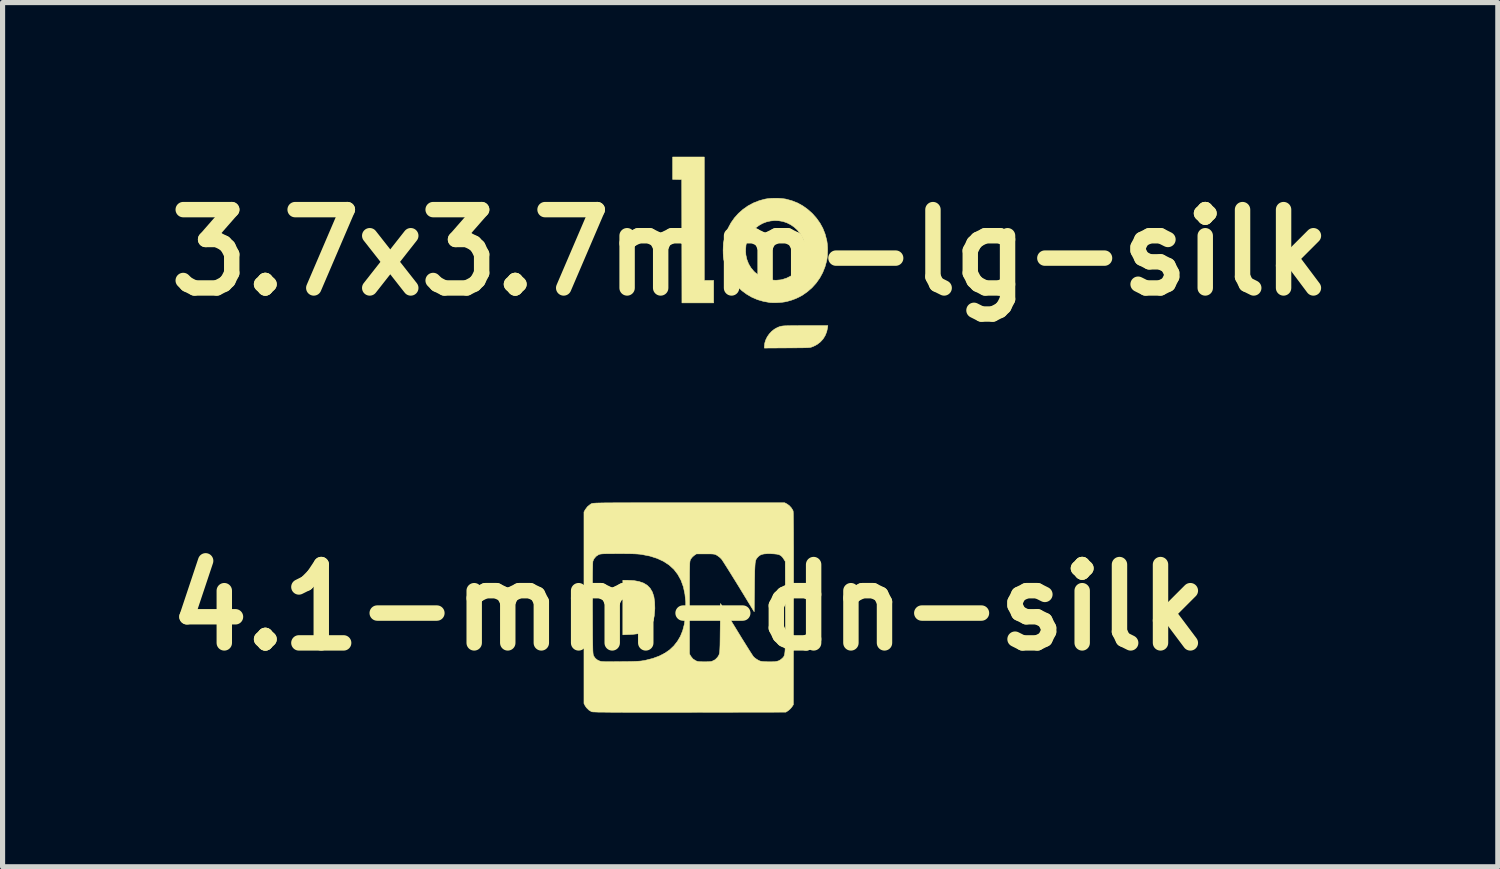
<source format=kicad_pcb>
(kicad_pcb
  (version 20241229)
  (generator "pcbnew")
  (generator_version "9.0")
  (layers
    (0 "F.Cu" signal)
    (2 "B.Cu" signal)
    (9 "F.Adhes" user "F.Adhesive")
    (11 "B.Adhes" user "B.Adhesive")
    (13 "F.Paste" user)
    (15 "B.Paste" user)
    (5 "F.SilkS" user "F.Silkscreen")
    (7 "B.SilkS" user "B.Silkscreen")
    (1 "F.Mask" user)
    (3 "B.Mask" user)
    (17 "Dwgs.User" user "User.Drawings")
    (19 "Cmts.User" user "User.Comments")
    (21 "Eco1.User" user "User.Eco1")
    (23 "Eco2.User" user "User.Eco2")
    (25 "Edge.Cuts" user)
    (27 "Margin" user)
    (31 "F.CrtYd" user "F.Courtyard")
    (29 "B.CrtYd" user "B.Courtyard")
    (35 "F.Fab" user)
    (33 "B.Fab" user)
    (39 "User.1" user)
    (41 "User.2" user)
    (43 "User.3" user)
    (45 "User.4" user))
  (footprint "4.1-mm-dn-silk"
    (layer "F.Cu")
    (at 10.349 8.769)
    (property "Reference" "4.1-mm-dn-silk" (at 0 0 0) (layer "F.SilkS") (effects (font (size 1.524 1.524) (thickness 0.3))))
    (attr through_hole)
    (fp_poly (pts (xy -1.188 -0.529) (xy -1.068 -0.523) (xy -0.964 -0.504) (xy -0.877 -0.474) (xy -0.805 -0.43) (xy -0.749 -0.372) (xy -0.706 -0.299) (xy -0.677 -0.211) (xy -0.662 -0.106) (xy -0.658 0.015) (xy -0.66 0.053) (xy -0.67 0.166) (xy -0.69 0.261) (xy -0.722 0.339) (xy -0.766 0.402) (xy -0.824 0.451) (xy -0.897 0.487) (xy -0.987 0.511) (xy -1.094 0.524) (xy -1.14 0.526) (xy -1.281 0.532) (xy -1.281 -0.529) (xy -1.188 -0.529)) (stroke (width 0.01) (type solid)) (fill yes) (layer "F.SilkS"))
    (fp_poly (pts (xy 1.912 -2.014) (xy 1.958 -1.981) (xy 1.998 -1.937) (xy 2.027 -1.89) (xy 2.033 -1.873) (xy 2.034 -1.857) (xy 2.036 -1.82) (xy 2.037 -1.761) (xy 2.038 -1.682) (xy 2.039 -1.581) (xy 2.04 -1.459) (xy 2.04 -1.317) (xy 2.041 -1.153) (xy 2.041 -0.968) (xy 2.041 -0.762) (xy 2.041 -0.536) (xy 2.041 -0.288) (xy 2.04 -0.019) (xy 2.04 0.027) (xy 2.037 1.891) (xy 2.008 1.935) (xy 1.98 1.969) (xy 1.945 2) (xy 1.935 2.008) (xy 1.891 2.037) (xy 0.017 2.04) (xy -0.224 2.04) (xy -0.444 2.04) (xy -0.645 2.04) (xy -0.827 2.04) (xy -0.991 2.04) (xy -1.138 2.04) (xy -1.27 2.04) (xy -1.386 2.039) (xy -1.487 2.039) (xy -1.575 2.038) (xy -1.65 2.037) (xy -1.713 2.037) (xy -1.765 2.036) (xy -1.807 2.034) (xy -1.839 2.033) (xy -1.863 2.032) (xy -1.879 2.03) (xy -1.888 2.028) (xy -1.889 2.028) (xy -1.943 1.995) (xy -1.99 1.948) (xy -2.014 1.912) (xy -2.037 1.868) (xy -2.037 -0.317) (xy -1.871 -0.317) (xy -1.871 -0.149) (xy -1.871 0.023) (xy -1.87 0.18) (xy -1.87 0.317) (xy -1.869 0.436) (xy -1.869 0.538) (xy -1.868 0.625) (xy -1.867 0.697) (xy -1.866 0.757) (xy -1.865 0.805) (xy -1.864 0.843) (xy -1.862 0.873) (xy -1.86 0.895) (xy -1.858 0.912) (xy -1.855 0.925) (xy -1.852 0.934) (xy -1.848 0.942) (xy -1.846 0.947) (xy -1.815 0.991) (xy -1.774 1.023) (xy -1.73 1.043) (xy -1.715 1.047) (xy -1.695 1.051) (xy -1.667 1.053) (xy -1.629 1.055) (xy -1.579 1.056) (xy -1.515 1.056) (xy -1.434 1.055) (xy -1.335 1.054) (xy -1.318 1.054) (xy -1.216 1.053) (xy -1.132 1.052) (xy -1.064 1.05) (xy -1.009 1.048) (xy -0.964 1.045) (xy -0.926 1.042) (xy -0.894 1.037) (xy -0.863 1.032) (xy -0.842 1.028) (xy -0.699 0.992) (xy -0.574 0.946) (xy -0.464 0.89) (xy -0.369 0.824) (xy -0.288 0.747) (xy -0.218 0.658) (xy -0.161 0.561) (xy -0.117 0.453) (xy -0.085 0.331) (xy -0.065 0.195) (xy -0.056 0.069) (xy -0.057 0.005) (xy 0.016 0.005) (xy 0.016 0.905) (xy 0.042 0.95) (xy 0.082 1) (xy 0.137 1.036) (xy 0.167 1.048) (xy 0.195 1.053) (xy 0.239 1.056) (xy 0.29 1.057) (xy 0.344 1.057) (xy 0.395 1.055) (xy 0.435 1.051) (xy 0.456 1.046) (xy 0.516 1.016) (xy 0.563 0.968) (xy 0.584 0.934) (xy 0.59 0.922) (xy 0.594 0.91) (xy 0.598 0.896) (xy 0.602 0.878) (xy 0.604 0.854) (xy 0.606 0.822) (xy 0.608 0.78) (xy 0.61 0.727) (xy 0.611 0.659) (xy 0.612 0.576) (xy 0.613 0.474) (xy 0.614 0.403) (xy 0.619 -0.077) (xy 0.926 0.424) (xy 0.984 0.519) (xy 1.039 0.609) (xy 1.091 0.692) (xy 1.138 0.767) (xy 1.179 0.833) (xy 1.213 0.886) (xy 1.239 0.926) (xy 1.256 0.951) (xy 1.261 0.958) (xy 1.287 0.982) (xy 1.322 1.007) (xy 1.346 1.022) (xy 1.371 1.035) (xy 1.393 1.044) (xy 1.418 1.049) (xy 1.45 1.053) (xy 1.494 1.055) (xy 1.54 1.057) (xy 1.616 1.057) (xy 1.675 1.055) (xy 1.721 1.047) (xy 1.758 1.035) (xy 1.789 1.016) (xy 1.81 0.999) (xy 1.823 0.987) (xy 1.834 0.977) (xy 1.844 0.966) (xy 1.852 0.953) (xy 1.859 0.937) (xy 1.865 0.916) (xy 1.87 0.89) (xy 1.874 0.855) (xy 1.877 0.813) (xy 1.88 0.76) (xy 1.881 0.696) (xy 1.882 0.618) (xy 1.883 0.527) (xy 1.883 0.42) (xy 1.882 0.296) (xy 1.882 0.154) (xy 1.881 -0.008) (xy 1.881 -0.018) (xy 1.879 -0.896) (xy 1.847 -0.947) (xy 1.822 -0.982) (xy 1.794 -1.008) (xy 1.761 -1.026) (xy 1.717 -1.037) (xy 1.659 -1.043) (xy 1.599 -1.046) (xy 1.525 -1.046) (xy 1.467 -1.042) (xy 1.423 -1.032) (xy 1.387 -1.016) (xy 1.358 -0.993) (xy 1.352 -0.987) (xy 1.337 -0.971) (xy 1.325 -0.956) (xy 1.314 -0.94) (xy 1.306 -0.921) (xy 1.3 -0.896) (xy 1.294 -0.864) (xy 1.291 -0.824) (xy 1.288 -0.772) (xy 1.285 -0.707) (xy 1.284 -0.628) (xy 1.282 -0.531) (xy 1.281 -0.416) (xy 1.281 -0.395) (xy 1.275 0.084) (xy 0.974 -0.41) (xy 0.916 -0.504) (xy 0.86 -0.594) (xy 0.808 -0.678) (xy 0.761 -0.753) (xy 0.719 -0.819) (xy 0.685 -0.873) (xy 0.658 -0.914) (xy 0.641 -0.939) (xy 0.636 -0.945) (xy 0.604 -0.976) (xy 0.565 -1.005) (xy 0.551 -1.014) (xy 0.533 -1.024) (xy 0.516 -1.032) (xy 0.496 -1.037) (xy 0.47 -1.04) (xy 0.435 -1.042) (xy 0.385 -1.042) (xy 0.326 -1.042) (xy 0.15 -1.042) (xy 0.105 -1.011) (xy 0.073 -0.983) (xy 0.046 -0.949) (xy 0.038 -0.937) (xy 0.034 -0.929) (xy 0.031 -0.92) (xy 0.028 -0.91) (xy 0.025 -0.896) (xy 0.023 -0.878) (xy 0.021 -0.853) (xy 0.02 -0.821) (xy 0.019 -0.78) (xy 0.018 -0.729) (xy 0.017 -0.666) (xy 0.017 -0.59) (xy 0.016 -0.5) (xy 0.016 -0.393) (xy 0.016 -0.27) (xy 0.016 -0.127) (xy 0.016 0.005) (xy -0.057 0.005) (xy -0.057 -0.103) (xy -0.073 -0.26) (xy -0.103 -0.402) (xy -0.149 -0.529) (xy -0.211 -0.642) (xy -0.287 -0.741) (xy -0.38 -0.826) (xy -0.488 -0.897) (xy -0.613 -0.955) (xy -0.754 -1) (xy -0.911 -1.031) (xy -0.914 -1.031) (xy -0.955 -1.037) (xy -1.005 -1.041) (xy -1.064 -1.044) (xy -1.136 -1.046) (xy -1.223 -1.047) (xy -1.328 -1.048) (xy -1.367 -1.048) (xy -1.462 -1.047) (xy -1.539 -1.047) (xy -1.599 -1.046) (xy -1.646 -1.045) (xy -1.681 -1.043) (xy -1.707 -1.04) (xy -1.726 -1.037) (xy -1.741 -1.032) (xy -1.752 -1.028) (xy -1.803 -0.994) (xy -1.842 -0.947) (xy -1.863 -0.9) (xy -1.865 -0.88) (xy -1.867 -0.839) (xy -1.868 -0.777) (xy -1.87 -0.694) (xy -1.871 -0.589) (xy -1.871 -0.464) (xy -1.871 -0.317) (xy -2.037 -0.317) (xy -2.037 -1.857) (xy -2.014 -1.9) (xy -1.969 -1.961) (xy -1.909 -2.009) (xy -1.894 -2.018) (xy -1.889 -2.02) (xy -1.883 -2.022) (xy -1.874 -2.024) (xy -1.862 -2.026) (xy -1.846 -2.028) (xy -1.825 -2.029) (xy -1.798 -2.031) (xy -1.763 -2.032) (xy -1.721 -2.033) (xy -1.671 -2.034) (xy -1.61 -2.035) (xy -1.539 -2.035) (xy -1.456 -2.036) (xy -1.36 -2.036) (xy -1.251 -2.036) (xy -1.128 -2.037) (xy -0.989 -2.037) (xy -0.833 -2.037) (xy -0.661 -2.037) (xy -0.47 -2.037) (xy -0.26 -2.037) (xy -0.03 -2.037) (xy 1.868 -2.037) (xy 1.912 -2.014)) (stroke (width 0.01) (type solid)) (fill yes) (layer "F.SilkS")))
  (footprint "3.7x3.7mm-lg-silk"
    (layer "F.Cu")
    (at 11.546 1.863)
    (property "Reference" "3.7x3.7mm-lg-silk" (at 0 0 0) (layer "F.SilkS") (effects (font (size 1.524 1.524) (thickness 0.3))))
    (attr through_hole)
    (fp_poly (pts (xy -0.893 0.544) (xy -0.711 0.544) (xy -0.711 0.98) (xy -1.328 0.98) (xy -1.33 -0.22) (xy -1.332 -1.419) (xy -1.509 -1.423) (xy -1.509 -1.858) (xy -0.893 -1.858) (xy -0.893 0.544)) (stroke (width 0.01) (type solid)) (fill yes) (layer "F.SilkS"))
    (fp_poly (pts (xy 1.506 1.46) (xy 1.489 1.541) (xy 1.459 1.615) (xy 1.418 1.682) (xy 1.366 1.739) (xy 1.303 1.788) (xy 1.23 1.826) (xy 1.19 1.841) (xy 1.181 1.843) (xy 1.17 1.846) (xy 1.157 1.848) (xy 1.14 1.849) (xy 1.118 1.851) (xy 1.09 1.852) (xy 1.054 1.853) (xy 1.01 1.854) (xy 0.957 1.854) (xy 0.892 1.855) (xy 0.816 1.856) (xy 0.726 1.856) (xy 0.713 1.856) (xy 0.276 1.859) (xy 0.276 1.825) (xy 0.283 1.764) (xy 0.302 1.702) (xy 0.332 1.641) (xy 0.371 1.585) (xy 0.418 1.534) (xy 0.47 1.493) (xy 0.508 1.471) (xy 0.528 1.461) (xy 0.546 1.453) (xy 0.563 1.446) (xy 0.581 1.44) (xy 0.601 1.435) (xy 0.623 1.431) (xy 0.65 1.428) (xy 0.682 1.426) (xy 0.722 1.425) (xy 0.769 1.424) (xy 0.826 1.423) (xy 0.893 1.423) (xy 0.972 1.422) (xy 1.064 1.422) (xy 1.511 1.422) (xy 1.506 1.46)) (stroke (width 0.01) (type solid)) (fill yes) (layer "F.SilkS"))
    (fp_poly (pts (xy 0.55 -1.055) (xy 0.618 -1.05) (xy 0.679 -1.042) (xy 0.696 -1.039) (xy 0.813 -1.007) (xy 0.922 -0.964) (xy 1.023 -0.908) (xy 1.118 -0.84) (xy 1.209 -0.759) (xy 1.29 -0.668) (xy 1.358 -0.572) (xy 1.414 -0.47) (xy 1.457 -0.361) (xy 1.488 -0.243) (xy 1.492 -0.225) (xy 1.5 -0.168) (xy 1.505 -0.101) (xy 1.506 -0.03) (xy 1.503 0.041) (xy 1.497 0.107) (xy 1.489 0.157) (xy 1.456 0.277) (xy 1.411 0.39) (xy 1.354 0.495) (xy 1.285 0.593) (xy 1.205 0.682) (xy 1.115 0.761) (xy 1.015 0.831) (xy 0.957 0.863) (xy 0.887 0.896) (xy 0.809 0.925) (xy 0.731 0.948) (xy 0.671 0.961) (xy 0.621 0.968) (xy 0.563 0.973) (xy 0.503 0.976) (xy 0.445 0.976) (xy 0.395 0.974) (xy 0.377 0.972) (xy 0.256 0.95) (xy 0.14 0.916) (xy 0.031 0.869) (xy -0.07 0.81) (xy -0.163 0.741) (xy -0.248 0.661) (xy -0.323 0.572) (xy -0.388 0.474) (xy -0.442 0.367) (xy -0.484 0.253) (xy -0.513 0.141) (xy -0.521 0.087) (xy -0.525 0.023) (xy -0.526 -0.045) (xy -0.526 -0.047) (xy -0.09 -0.047) (xy -0.084 0.047) (xy -0.064 0.136) (xy -0.032 0.219) (xy 0.013 0.295) (xy 0.071 0.365) (xy 0.094 0.387) (xy 0.165 0.442) (xy 0.242 0.486) (xy 0.325 0.517) (xy 0.412 0.535) (xy 0.502 0.54) (xy 0.592 0.532) (xy 0.622 0.526) (xy 0.707 0.499) (xy 0.786 0.46) (xy 0.858 0.41) (xy 0.921 0.349) (xy 0.975 0.279) (xy 1.019 0.2) (xy 1.049 0.12) (xy 1.058 0.089) (xy 1.064 0.062) (xy 1.067 0.033) (xy 1.069 -0.001) (xy 1.069 -0.04) (xy 1.065 -0.122) (xy 1.053 -0.195) (xy 1.03 -0.263) (xy 0.997 -0.329) (xy 0.977 -0.361) (xy 0.922 -0.433) (xy 0.859 -0.492) (xy 0.789 -0.541) (xy 0.715 -0.578) (xy 0.638 -0.604) (xy 0.558 -0.618) (xy 0.477 -0.622) (xy 0.396 -0.614) (xy 0.317 -0.596) (xy 0.241 -0.567) (xy 0.169 -0.526) (xy 0.103 -0.476) (xy 0.044 -0.414) (xy -0.008 -0.342) (xy -0.032 -0.3) (xy -0.063 -0.223) (xy -0.082 -0.142) (xy -0.089 -0.054) (xy -0.09 -0.047) (xy -0.526 -0.047) (xy -0.524 -0.114) (xy -0.519 -0.178) (xy -0.51 -0.234) (xy -0.509 -0.237) (xy -0.476 -0.358) (xy -0.431 -0.471) (xy -0.374 -0.577) (xy -0.306 -0.674) (xy -0.228 -0.761) (xy -0.14 -0.839) (xy -0.043 -0.907) (xy 0.063 -0.964) (xy 0.177 -1.009) (xy 0.289 -1.039) (xy 0.344 -1.048) (xy 0.409 -1.054) (xy 0.479 -1.056) (xy 0.55 -1.055)) (stroke (width 0.01) (type solid)) (fill yes) (layer "F.SilkS")))
  (gr_rect
    (start -3 -3)
    (end 26.092 13.814)
    (stroke (width 0.1) (type default))
    (fill no)
    (layer "Edge.Cuts")))
</source>
